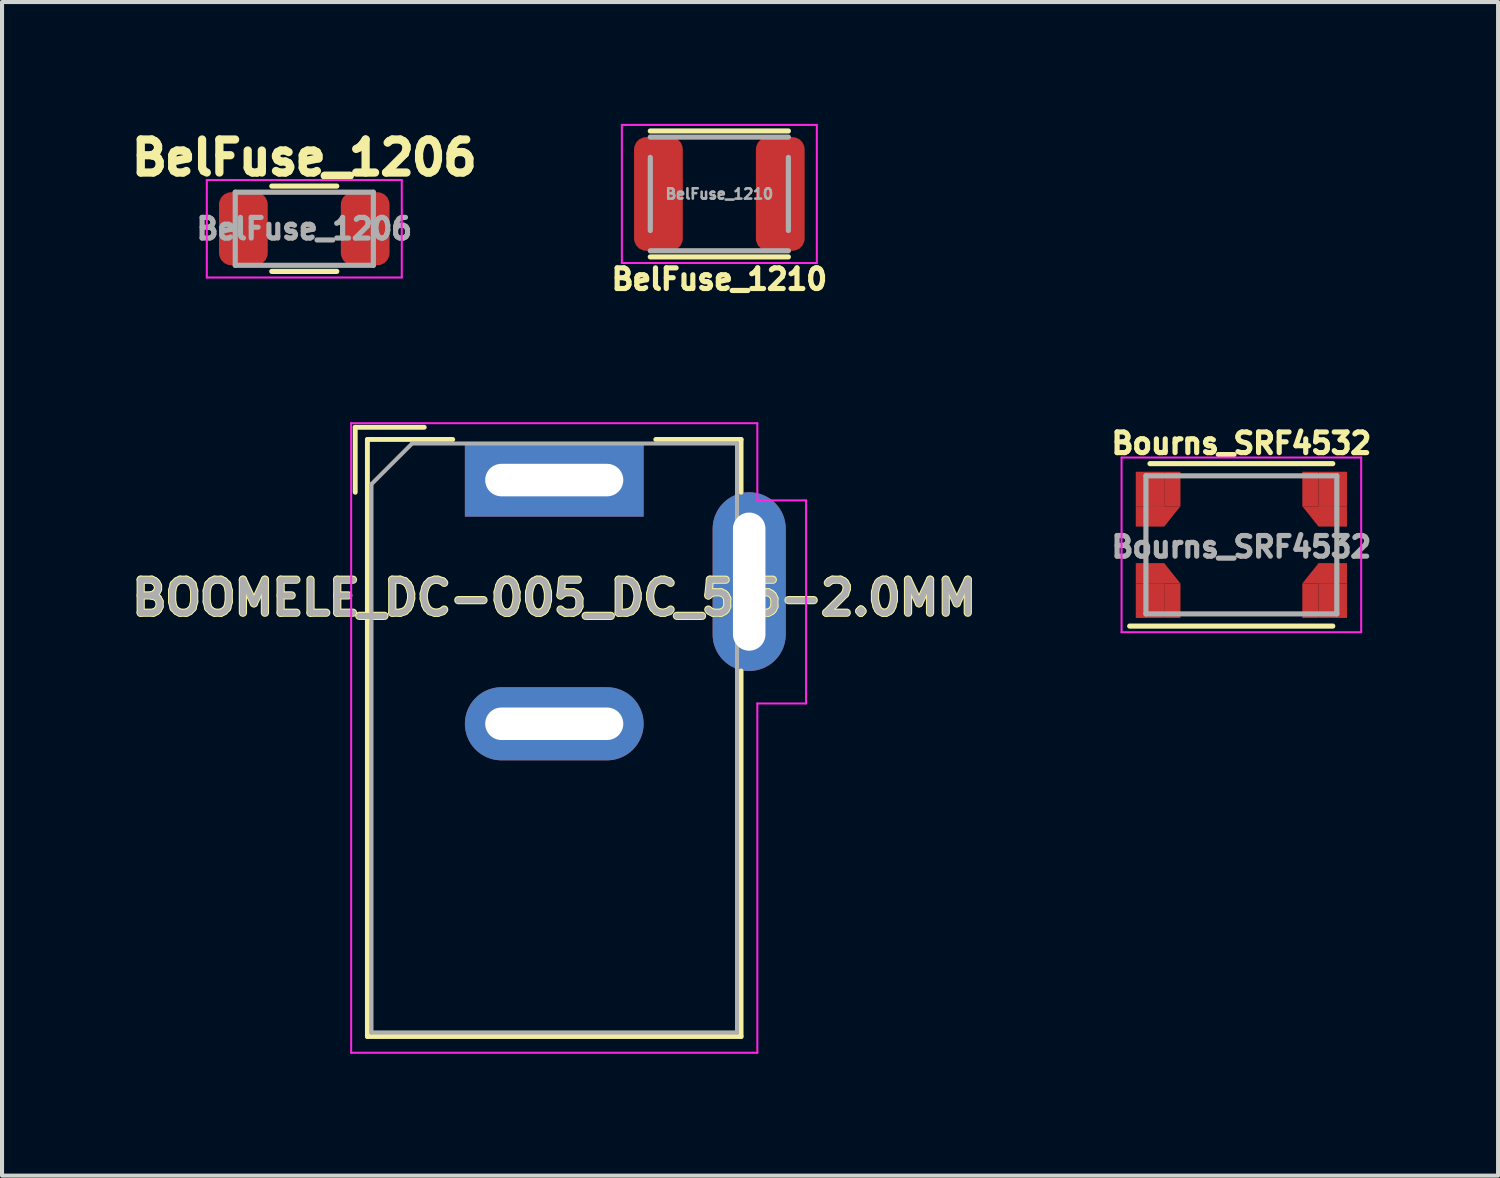
<source format=kicad_pcb>
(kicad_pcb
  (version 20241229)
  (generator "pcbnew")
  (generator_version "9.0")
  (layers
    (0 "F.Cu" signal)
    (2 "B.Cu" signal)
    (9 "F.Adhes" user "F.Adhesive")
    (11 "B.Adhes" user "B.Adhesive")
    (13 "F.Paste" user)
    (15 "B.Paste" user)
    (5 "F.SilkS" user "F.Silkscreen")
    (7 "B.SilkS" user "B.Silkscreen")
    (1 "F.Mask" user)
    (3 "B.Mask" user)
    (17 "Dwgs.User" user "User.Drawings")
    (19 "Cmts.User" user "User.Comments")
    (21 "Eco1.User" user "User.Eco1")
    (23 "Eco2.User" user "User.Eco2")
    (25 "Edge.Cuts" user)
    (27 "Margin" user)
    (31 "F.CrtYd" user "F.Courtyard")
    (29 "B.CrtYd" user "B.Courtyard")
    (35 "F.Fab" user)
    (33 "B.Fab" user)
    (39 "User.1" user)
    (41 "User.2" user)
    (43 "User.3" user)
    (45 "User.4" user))
  (footprint "Bourns_SRF4532"
    (layer "F.Cu")
    (at 27.514 10.365)
    (property "Reference" "Bourns_SRF4532" (at 0 -2.5 0) (layer "F.SilkS") (effects (font (size 0.508 0.508) (thickness 0.127))))
    (attr through_hole)
    (fp_line (start -2.75 2) (end 2.25 2) (stroke (width 0.127) (type solid)) (layer "F.SilkS"))
    (fp_line (start -2.25 -2) (end 2.25 -2) (stroke (width 0.127) (type solid)) (layer "F.SilkS"))
    (fp_line (start -2.95 -2.15) (end -2.95 2.15) (stroke (width 0.05) (type solid)) (layer "F.CrtYd"))
    (fp_line (start -2.95 -2.15) (end 2.95 -2.15) (stroke (width 0.05) (type solid)) (layer "F.CrtYd"))
    (fp_line (start -2.95 2.15) (end 2.95 2.15) (stroke (width 0.05) (type solid)) (layer "F.CrtYd"))
    (fp_line (start 2.95 2.15) (end 2.95 -2.15) (stroke (width 0.05) (type solid)) (layer "F.CrtYd"))
    (fp_line (start -2.35 -1.7) (end 2.35 -1.7) (stroke (width 0.127) (type solid)) (layer "F.Fab"))
    (fp_line (start -2.35 1.7) (end -2.35 -1.7) (stroke (width 0.127) (type solid)) (layer "F.Fab"))
    (fp_line (start 2.35 -1.7) (end 2.35 1.7) (stroke (width 0.127) (type solid)) (layer "F.Fab"))
    (fp_line (start 2.35 1.7) (end -2.35 1.7) (stroke (width 0.127) (type solid)) (layer "F.Fab"))
    (fp_text user "${REFERENCE}" (at 0 0.05 0) (layer "F.Fab") (effects (font (size 0.508 0.508) (thickness 0.127))))
    (pad "1" smd rect (at -2.25 0.7) (size 0.7 0.5) (layers "F.Cu" "F.Mask" "F.Paste"))
    (pad "1" smd rect (at -2.25 1.375) (size 0.7 0.85) (layers "F.Cu" "F.Mask" "F.Paste"))
    (pad "1" smd trapezoid (at -1.9 0.7) (size 0.4 0.5) (rect_delta 0 0.4) (layers "F.Cu" "F.Mask" "F.Paste"))
    (pad "1" smd rect (at -1.7 1.375) (size 0.4 0.85) (layers "F.Cu" "F.Mask" "F.Paste"))
    (pad "2" smd rect (at 1.7 1.375 180) (size 0.4 0.85) (layers "F.Cu" "F.Mask" "F.Paste"))
    (pad "2" smd trapezoid (at 1.9 0.7 180) (size 0.4 0.5) (rect_delta 0 -0.4) (layers "F.Cu" "F.Mask" "F.Paste"))
    (pad "2" smd rect (at 2.25 0.7 180) (size 0.7 0.5) (layers "F.Cu" "F.Mask" "F.Paste"))
    (pad "2" smd rect (at 2.25 1.375 180) (size 0.7 0.85) (layers "F.Cu" "F.Mask" "F.Paste"))
    (pad "3" smd rect (at 1.7 -1.375 180) (size 0.4 0.85) (layers "F.Cu" "F.Mask" "F.Paste"))
    (pad "3" smd trapezoid (at 1.9 -0.7 180) (size 0.4 0.5) (rect_delta 0 0.4) (layers "F.Cu" "F.Mask" "F.Paste"))
    (pad "3" smd rect (at 2.25 -1.375 180) (size 0.7 0.85) (layers "F.Cu" "F.Mask" "F.Paste"))
    (pad "3" smd rect (at 2.25 -0.7 180) (size 0.7 0.5) (layers "F.Cu" "F.Mask" "F.Paste"))
    (pad "4" smd rect (at -2.25 -1.375) (size 0.7 0.85) (layers "F.Cu" "F.Mask" "F.Paste"))
    (pad "4" smd rect (at -2.25 -0.7) (size 0.7 0.5) (layers "F.Cu" "F.Mask" "F.Paste"))
    (pad "4" smd trapezoid (at -1.9 -0.7) (size 0.4 0.5) (rect_delta 0 -0.4) (layers "F.Cu" "F.Mask" "F.Paste"))
    (pad "4" smd rect (at -1.7 -1.375) (size 0.4 0.85) (layers "F.Cu" "F.Mask" "F.Paste")))
  (footprint "BelFuse_1206"
    (layer "F.Cu")
    (at 4.442 2.582)
    (property "Reference" "BelFuse_1206" (at 0 0 180) (layer "F.Fab") (effects (font (size 0.508 0.508) (thickness 0.127))))
    (attr smd)
    (fp_line (start -0.8 -1.05) (end 0.8 -1.05) (stroke (width 0.127) (type solid)) (layer "F.SilkS"))
    (fp_line (start -0.8 1.05) (end 0.8 1.05) (stroke (width 0.127) (type solid)) (layer "F.SilkS"))
    (fp_line (start -2.4 -1.2) (end 2.4 -1.2) (stroke (width 0.05) (type solid)) (layer "F.CrtYd"))
    (fp_line (start -2.4 1.2) (end -2.4 -1.2) (stroke (width 0.05) (type solid)) (layer "F.CrtYd"))
    (fp_line (start -2.4 1.2) (end 2.4 1.2) (stroke (width 0.05) (type solid)) (layer "F.CrtYd"))
    (fp_line (start 2.4 -1.2) (end 2.4 1.2) (stroke (width 0.05) (type solid)) (layer "F.CrtYd"))
    (fp_line (start -1.7 -0.9) (end -1.7 0.9) (stroke (width 0.127) (type solid)) (layer "F.Fab"))
    (fp_line (start -1.7 -0.9) (end 1.7 -0.9) (stroke (width 0.127) (type solid)) (layer "F.Fab"))
    (fp_line (start -1.7 0.9) (end 1.7 0.9) (stroke (width 0.127) (type solid)) (layer "F.Fab"))
    (fp_line (start 1.7 -0.9) (end 1.7 0.9) (stroke (width 0.127) (type solid)) (layer "F.Fab"))
    (fp_text user "${REFERENCE}" (at 0 -1.75 0) (layer "F.SilkS") (effects (font (size 0.813 0.813) (thickness 0.203))))
    (pad "1" smd roundrect (at -1.5 0) (size 1.2 1.8) (layers "F.Cu" "F.Mask" "F.Paste") (roundrect_rratio 0.25))
    (pad "2" smd roundrect (at 1.5 0) (size 1.2 1.8) (layers "F.Cu" "F.Mask" "F.Paste") (roundrect_rratio 0.25)))
  (footprint "BelFuse_1210"
    (layer "F.Cu")
    (at 14.661 1.725)
    (property "Reference" "BelFuse_1210" (at 0 2.1 180) (layer "F.SilkS") (effects (font (size 0.508 0.508) (thickness 0.127))))
    (attr through_hole)
    (fp_line (start -1.7 -1.55) (end 1.7 -1.55) (stroke (width 0.127) (type solid)) (layer "F.SilkS"))
    (fp_line (start -1.7 1.55) (end 1.7 1.55) (stroke (width 0.127) (type solid)) (layer "F.SilkS"))
    (fp_line (start -2.4 -1.7) (end 2.4 -1.7) (stroke (width 0.05) (type solid)) (layer "F.CrtYd"))
    (fp_line (start -2.4 1.7) (end -2.4 -1.7) (stroke (width 0.05) (type solid)) (layer "F.CrtYd"))
    (fp_line (start -2.4 1.7) (end 2.4 1.7) (stroke (width 0.05) (type solid)) (layer "F.CrtYd"))
    (fp_line (start 2.4 -1.7) (end 2.4 1.7) (stroke (width 0.05) (type solid)) (layer "F.CrtYd"))
    (fp_line (start -1.7 -1.4) (end 1.7 -1.4) (stroke (width 0.127) (type solid)) (layer "F.Fab"))
    (fp_line (start -1.7 -0.9) (end -1.7 0.9) (stroke (width 0.127) (type solid)) (layer "F.Fab"))
    (fp_line (start -1.7 1.4) (end 1.7 1.4) (stroke (width 0.127) (type solid)) (layer "F.Fab"))
    (fp_line (start 1.7 -0.9) (end 1.7 0.9) (stroke (width 0.127) (type solid)) (layer "F.Fab"))
    (fp_text user "${REFERENCE}" (at 0 0 0) (layer "F.Fab") (effects (font (size 0.254 0.254) (thickness 0.064))))
    (pad "1" smd roundrect (at -1.5 0) (size 1.2 2.8) (layers "F.Cu" "F.Mask" "F.Paste") (roundrect_rratio 0.25))
    (pad "2" smd roundrect (at 1.5 0) (size 1.2 2.8) (layers "F.Cu" "F.Mask" "F.Paste") (roundrect_rratio 0.25)))
  (footprint "BOOMELE_DC-005_DC_5.5-2.0MM"
    (layer "F.Cu")
    (at 10.596 8.77)
    (property "Reference" "BOOMELE_DC-005_DC_5.5-2.0MM" (at 0 2.9 0) (layer "F.Fab") (effects (font (size 0.813 0.813) (thickness 0.15))))
    (attr through_hole)
    (fp_line (start -4.9 -1.3) (end -4.9 0.3) (stroke (width 0.12) (type solid)) (layer "F.SilkS"))
    (fp_line (start -4.6 -1) (end -2.5 -1) (stroke (width 0.12) (type solid)) (layer "F.SilkS"))
    (fp_line (start -4.6 13.7) (end -4.6 -1) (stroke (width 0.12) (type solid)) (layer "F.SilkS"))
    (fp_line (start -3.2 -1.3) (end -4.9 -1.3) (stroke (width 0.12) (type solid)) (layer "F.SilkS"))
    (fp_line (start 2.5 -1) (end 4.6 -1) (stroke (width 0.12) (type solid)) (layer "F.SilkS"))
    (fp_line (start 4.6 -1) (end 4.6 0.3) (stroke (width 0.12) (type solid)) (layer "F.SilkS"))
    (fp_line (start 4.6 4.7) (end 4.6 13.7) (stroke (width 0.12) (type solid)) (layer "F.SilkS"))
    (fp_line (start 4.6 13.7) (end -4.6 13.7) (stroke (width 0.12) (type solid)) (layer "F.SilkS"))
    (fp_line (start -5 -1.4) (end -5 14.1) (stroke (width 0.05) (type solid)) (layer "F.CrtYd"))
    (fp_line (start -5 14.1) (end 5 14.1) (stroke (width 0.05) (type solid)) (layer "F.CrtYd"))
    (fp_line (start 5 -1.4) (end -5 -1.4) (stroke (width 0.05) (type solid)) (layer "F.CrtYd"))
    (fp_line (start 5 0.5) (end 5 -1.4) (stroke (width 0.05) (type solid)) (layer "F.CrtYd"))
    (fp_line (start 5 14.1) (end 5 5.5) (stroke (width 0.05) (type solid)) (layer "F.CrtYd"))
    (fp_line (start 6.2 0.5) (end 5 0.5) (stroke (width 0.05) (type solid)) (layer "F.CrtYd"))
    (fp_line (start 6.2 0.5) (end 6.2 5.5) (stroke (width 0.05) (type solid)) (layer "F.CrtYd"))
    (fp_line (start 6.2 5.5) (end 5 5.5) (stroke (width 0.05) (type solid)) (layer "F.CrtYd"))
    (fp_line (start -4.5 0.1) (end -3.5 -0.9) (stroke (width 0.1) (type solid)) (layer "F.Fab"))
    (fp_line (start -4.5 13.6) (end -4.5 0.1) (stroke (width 0.1) (type solid)) (layer "F.Fab"))
    (fp_line (start 4.5 -0.9) (end -3.5 -0.9) (stroke (width 0.1) (type solid)) (layer "F.Fab"))
    (fp_line (start 4.5 -0.9) (end 4.5 13.6) (stroke (width 0.1) (type solid)) (layer "F.Fab"))
    (fp_line (start 4.5 13.6) (end -4.5 13.6) (stroke (width 0.1) (type solid)) (layer "F.Fab"))
    (fp_text user "${REFERENCE}" (at 0 2.9 0) (layer "F.SilkS") (effects (font (size 0.813 0.813) (thickness 0.203))))
    (pad "1" thru_hole rect (at 0 0) (size 4.4 1.8) (drill oval 3.4 0.8) (layers "*.Cu" "*.Mask"))
    (pad "2" thru_hole oval (at 0 6) (size 4.4 1.8) (drill oval 3.4 0.8) (layers "*.Cu" "*.Mask"))
    (pad "3" thru_hole oval (at 4.8 2.5 90) (size 4.4 1.8) (drill oval 3.4 0.8) (layers "*.Cu" "*.Mask")))
  (gr_rect
    (start -3 -3)
    (end 33.834 25.895)
    (stroke (width 0.1) (type default))
    (fill no)
    (layer "Edge.Cuts")))
</source>
